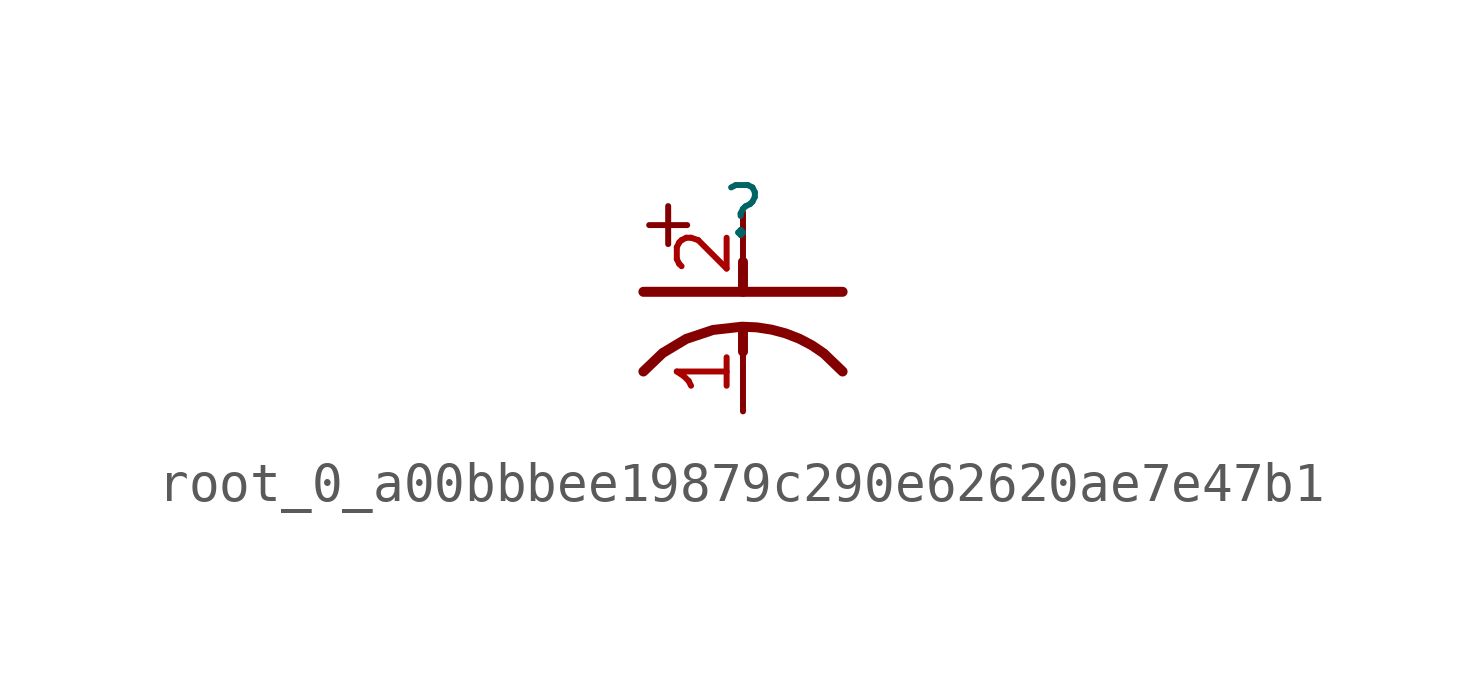
<source format=kicad_sym>
(kicad_symbol_lib
  (version 20220914)
  (generator kicad_symbol_editor)
  (symbol "root_0_a00bbbee19879c290e62620ae7e47b1"
    (property "Reference" ""
      (at 0 0 0)
      (effects (font (size 1.27 1.27))))
    (property "Value" ""
      (at 0 0 0)
      (effects (font (size 1.27 1.27))))
    (symbol "root_0_a00bbbee19879c290e62620ae7e47b1_1_0"
      (bezier (pts (xy -2.54 -4.064) (xy -1.27 -2.54) (xy 1.27 -2.54) (xy 2.54 -4.064)) (stroke (width 0.254) (type solid)) (fill (type none)))
      (polyline (pts (xy -2.54 -2.032) (xy 2.54 -2.032)) (stroke (width 0.254) (type solid)) (fill (type none)))
      (polyline (pts (xy 0 -3.048) (xy 0 -3.556)) (stroke (width 0.254) (type solid)) (fill (type none)))
      (polyline (pts (xy 0 -2.032) (xy 0 -1.27)) (stroke (width 0.254) (type solid)) (fill (type none)))
      (text "+" (at -2.794 0.508 0) (effects (font (size 1.27 1.27)) (justify left top)))
      (pin passive line (at 0 -5.08 90) (length 2.032) (name "C" (effects (font (size 0 0)))) (number "1" (effects (font (size 1.27 1.27)))))
      (pin passive line (at 0 0 270) (length 2.032) (name "A" (effects (font (size 0 0)))) (number "2" (effects (font (size 1.27 1.27))))))))
</source>
